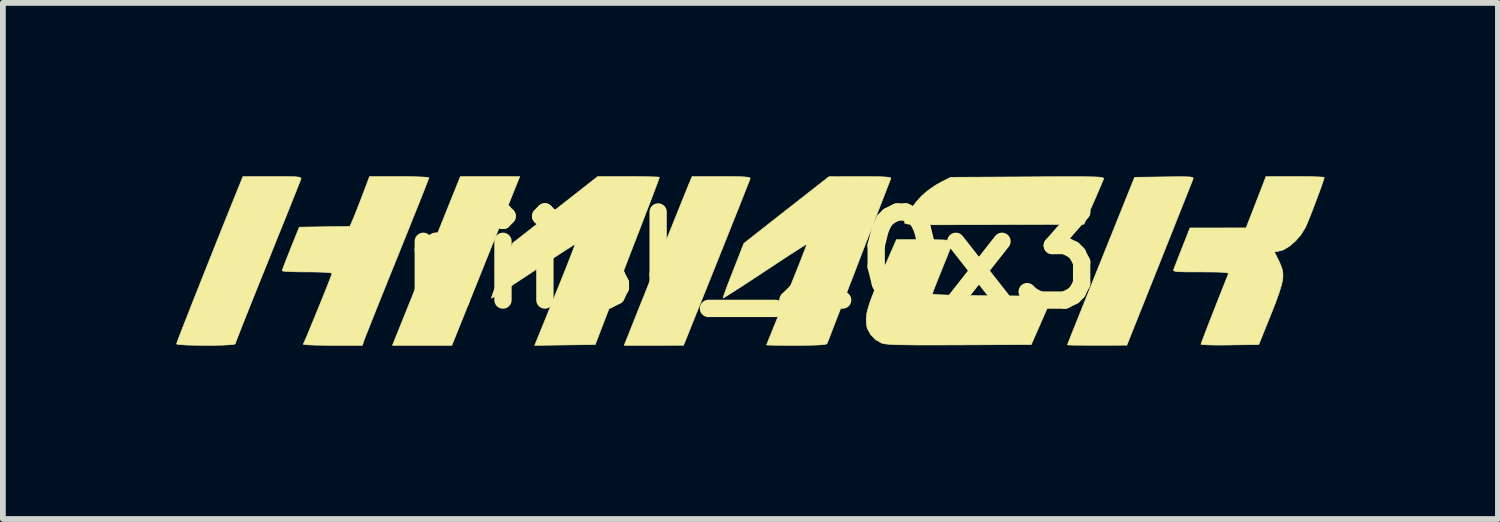
<source format=kicad_pcb>
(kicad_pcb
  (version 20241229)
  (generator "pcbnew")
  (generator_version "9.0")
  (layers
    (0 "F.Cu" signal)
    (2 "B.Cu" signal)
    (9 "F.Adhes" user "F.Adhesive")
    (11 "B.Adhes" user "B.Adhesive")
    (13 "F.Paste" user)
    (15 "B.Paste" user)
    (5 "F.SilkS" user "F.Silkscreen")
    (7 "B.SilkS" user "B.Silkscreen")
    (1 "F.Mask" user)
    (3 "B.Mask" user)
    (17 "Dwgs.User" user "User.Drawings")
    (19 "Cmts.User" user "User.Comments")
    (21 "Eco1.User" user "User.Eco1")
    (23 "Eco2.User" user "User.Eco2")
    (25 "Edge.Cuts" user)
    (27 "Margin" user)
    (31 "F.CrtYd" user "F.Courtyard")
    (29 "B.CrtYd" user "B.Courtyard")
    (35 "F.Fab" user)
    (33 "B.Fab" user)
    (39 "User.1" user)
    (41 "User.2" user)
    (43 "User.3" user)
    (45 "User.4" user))
  (footprint "niisk_20x3"
    (layer "F.Cu")
    (at 9.936 1.453)
    (property "Reference" "niisk_20x3" (at 0 0 0) (layer "F.SilkS") (effects (font (size 1.524 1.524) (thickness 0.3))))
    (attr through_hole)
    (fp_poly (pts (xy -4.579 0.013) (xy -5.166 1.473) (xy -6.194 1.473) (xy -5.606 0.013) (xy -5.019 -1.448) (xy -3.991 -1.448) (xy -4.579 0.013)) (stroke (width 0.01) (type solid)) (fill yes) (layer "F.SilkS"))
    (fp_poly (pts (xy 7.557 -1.443) (xy 7.615 -1.44) (xy 7.648 -1.433) (xy 7.662 -1.423) (xy 7.662 -1.409) (xy 7.66 -1.404) (xy 7.648 -1.373) (xy 7.619 -1.299) (xy 7.574 -1.186) (xy 7.516 -1.039) (xy 7.445 -0.861) (xy 7.364 -0.658) (xy 7.275 -0.433) (xy 7.178 -0.191) (xy 7.08 0.056) (xy 6.515 1.471) (xy 6.001 1.472) (xy 5.845 1.472) (xy 5.709 1.471) (xy 5.599 1.47) (xy 5.522 1.468) (xy 5.488 1.465) (xy 5.486 1.465) (xy 5.496 1.44) (xy 5.522 1.373) (xy 5.564 1.266) (xy 5.621 1.125) (xy 5.69 0.952) (xy 5.77 0.753) (xy 5.859 0.531) (xy 5.955 0.291) (xy 6.058 0.035) (xy 6.068 0.01) (xy 6.649 -1.435) (xy 7.163 -1.442) (xy 7.337 -1.444) (xy 7.466 -1.445) (xy 7.557 -1.443)) (stroke (width 0.01) (type solid)) (fill yes) (layer "F.SilkS"))
    (fp_poly (pts (xy -0.327 -1.447) (xy -0.196 -1.445) (xy -0.104 -1.442) (xy -0.045 -1.436) (xy -0.014 -1.428) (xy -0.004 -1.416) (xy -0.004 -1.412) (xy -0.015 -1.383) (xy -0.043 -1.311) (xy -0.087 -1.2) (xy -0.144 -1.054) (xy -0.214 -0.878) (xy -0.295 -0.676) (xy -0.384 -0.452) (xy -0.481 -0.21) (xy -0.583 0.045) (xy -0.584 0.048) (xy -1.156 1.472) (xy -1.67 1.473) (xy -2.184 1.473) (xy -2.136 1.353) (xy -2.103 1.271) (xy -2.056 1.152) (xy -1.996 1.002) (xy -1.926 0.826) (xy -1.847 0.63) (xy -1.763 0.419) (xy -1.674 0.199) (xy -1.584 -0.026) (xy -1.495 -0.248) (xy -1.408 -0.464) (xy -1.326 -0.667) (xy -1.252 -0.852) (xy -1.187 -1.014) (xy -1.133 -1.147) (xy -1.093 -1.246) (xy -1.069 -1.304) (xy -1.065 -1.314) (xy -1.009 -1.448) (xy -0.503 -1.448) (xy -0.327 -1.447)) (stroke (width 0.01) (type solid)) (fill yes) (layer "F.SilkS"))
    (fp_poly (pts (xy 5.707 -1.445) (xy 5.837 -1.444) (xy 5.937 -1.442) (xy 6.01 -1.439) (xy 6.06 -1.435) (xy 6.091 -1.429) (xy 6.107 -1.422) (xy 6.112 -1.414) (xy 6.111 -1.404) (xy 6.096 -1.366) (xy 6.064 -1.291) (xy 6.02 -1.187) (xy 5.967 -1.064) (xy 5.934 -0.99) (xy 5.772 -0.622) (xy 4.22 -0.616) (xy 3.9 -0.614) (xy 3.627 -0.614) (xy 3.398 -0.613) (xy 3.208 -0.613) (xy 3.054 -0.614) (xy 2.932 -0.616) (xy 2.839 -0.618) (xy 2.771 -0.622) (xy 2.723 -0.626) (xy 2.692 -0.632) (xy 2.676 -0.639) (xy 2.668 -0.647) (xy 2.667 -0.654) (xy 2.684 -0.717) (xy 2.729 -0.805) (xy 2.794 -0.907) (xy 2.873 -1.011) (xy 2.958 -1.106) (xy 2.97 -1.118) (xy 3.078 -1.21) (xy 3.204 -1.297) (xy 3.29 -1.346) (xy 3.467 -1.435) (xy 4.796 -1.442) (xy 5.09 -1.444) (xy 5.337 -1.445) (xy 5.541 -1.445) (xy 5.707 -1.445)) (stroke (width 0.01) (type solid)) (fill yes) (layer "F.SilkS"))
    (fp_poly (pts (xy 3.188 -0.354) (xy 3.327 -0.351) (xy 3.43 -0.345) (xy 3.49 -0.338) (xy 3.505 -0.331) (xy 3.496 -0.301) (xy 3.47 -0.232) (xy 3.431 -0.131) (xy 3.382 -0.007) (xy 3.327 0.127) (xy 3.271 0.266) (xy 3.222 0.389) (xy 3.183 0.488) (xy 3.158 0.556) (xy 3.15 0.585) (xy 3.174 0.591) (xy 3.247 0.597) (xy 3.364 0.602) (xy 3.522 0.607) (xy 3.719 0.611) (xy 3.95 0.614) (xy 4.189 0.616) (xy 5.229 0.622) (xy 5.045 1.041) (xy 4.861 1.46) (xy 3.618 1.466) (xy 3.323 1.467) (xy 3.075 1.467) (xy 2.869 1.467) (xy 2.702 1.465) (xy 2.568 1.463) (xy 2.464 1.459) (xy 2.386 1.454) (xy 2.329 1.448) (xy 2.289 1.44) (xy 2.273 1.435) (xy 2.167 1.376) (xy 2.08 1.286) (xy 2.024 1.181) (xy 2.016 1.149) (xy 2.006 1.074) (xy 2.005 0.998) (xy 2.016 0.914) (xy 2.041 0.815) (xy 2.08 0.696) (xy 2.137 0.549) (xy 2.212 0.368) (xy 2.275 0.222) (xy 2.527 -0.355) (xy 3.016 -0.355) (xy 3.188 -0.354)) (stroke (width 0.01) (type solid)) (fill yes) (layer "F.SilkS"))
    (fp_poly (pts (xy -8.101 -1.448) (xy -7.973 -1.446) (xy -7.883 -1.444) (xy -7.825 -1.439) (xy -7.792 -1.431) (xy -7.779 -1.421) (xy -7.778 -1.406) (xy -7.779 -1.403) (xy -7.791 -1.372) (xy -7.82 -1.298) (xy -7.864 -1.186) (xy -7.923 -1.039) (xy -7.993 -0.863) (xy -8.075 -0.66) (xy -8.165 -0.437) (xy -8.262 -0.196) (xy -8.353 0.032) (xy -8.455 0.284) (xy -8.551 0.522) (xy -8.639 0.742) (xy -8.718 0.94) (xy -8.786 1.111) (xy -8.841 1.252) (xy -8.882 1.358) (xy -8.908 1.424) (xy -8.915 1.448) (xy -8.94 1.457) (xy -9.013 1.464) (xy -9.13 1.47) (xy -9.29 1.473) (xy -9.423 1.473) (xy -9.598 1.472) (xy -9.74 1.469) (xy -9.847 1.463) (xy -9.912 1.456) (xy -9.931 1.449) (xy -9.922 1.422) (xy -9.896 1.352) (xy -9.855 1.244) (xy -9.8 1.103) (xy -9.733 0.934) (xy -9.658 0.741) (xy -9.574 0.529) (xy -9.484 0.303) (xy -9.39 0.067) (xy -9.294 -0.174) (xy -9.198 -0.415) (xy -9.103 -0.652) (xy -9.011 -0.88) (xy -8.925 -1.095) (xy -8.923 -1.099) (xy -8.782 -1.448) (xy -8.274 -1.448) (xy -8.101 -1.448)) (stroke (width 0.01) (type solid)) (fill yes) (layer "F.SilkS"))
    (fp_poly (pts (xy -1.95 -1.447) (xy -1.81 -1.445) (xy -1.697 -1.443) (xy -1.616 -1.44) (xy -1.577 -1.436) (xy -1.575 -1.434) (xy -1.579 -1.421) (xy -1.591 -1.386) (xy -1.612 -1.328) (xy -1.644 -1.242) (xy -1.688 -1.126) (xy -1.745 -0.977) (xy -1.817 -0.792) (xy -1.903 -0.567) (xy -2.007 -0.299) (xy -2.059 -0.165) (xy -2.137 0.038) (xy -2.225 0.265) (xy -2.314 0.497) (xy -2.399 0.718) (xy -2.474 0.911) (xy -2.485 0.94) (xy -2.685 1.46) (xy -3.733 1.474) (xy -3.71 1.417) (xy -3.695 1.38) (xy -3.663 1.302) (xy -3.617 1.189) (xy -3.559 1.047) (xy -3.492 0.881) (xy -3.417 0.697) (xy -3.356 0.546) (xy -3.279 0.356) (xy -3.209 0.181) (xy -3.148 0.026) (xy -3.098 -0.102) (xy -3.061 -0.198) (xy -3.039 -0.257) (xy -3.035 -0.274) (xy -3.057 -0.263) (xy -3.116 -0.226) (xy -3.208 -0.168) (xy -3.328 -0.09) (xy -3.47 0.002) (xy -3.629 0.108) (xy -3.757 0.193) (xy -3.926 0.305) (xy -4.082 0.407) (xy -4.219 0.496) (xy -4.332 0.569) (xy -4.417 0.622) (xy -4.468 0.652) (xy -4.481 0.658) (xy -4.475 0.632) (xy -4.453 0.567) (xy -4.416 0.469) (xy -4.369 0.346) (xy -4.313 0.204) (xy -4.302 0.175) (xy -4.113 -0.297) (xy -3.377 -0.872) (xy -2.642 -1.448) (xy -2.108 -1.448) (xy -1.95 -1.447)) (stroke (width 0.01) (type solid)) (fill yes) (layer "F.SilkS"))
    (fp_poly (pts (xy -5.922 -1.447) (xy -5.785 -1.444) (xy -5.675 -1.44) (xy -5.599 -1.435) (xy -5.564 -1.429) (xy -5.563 -1.428) (xy -5.572 -1.401) (xy -5.599 -1.332) (xy -5.641 -1.223) (xy -5.697 -1.081) (xy -5.766 -0.908) (xy -5.846 -0.71) (xy -5.934 -0.49) (xy -6.03 -0.252) (xy -6.111 -0.05) (xy -6.213 0.201) (xy -6.309 0.44) (xy -6.398 0.662) (xy -6.479 0.863) (xy -6.549 1.039) (xy -6.606 1.184) (xy -6.65 1.294) (xy -6.678 1.365) (xy -6.687 1.391) (xy -6.714 1.473) (xy -7.232 1.473) (xy -7.387 1.472) (xy -7.522 1.47) (xy -7.631 1.466) (xy -7.705 1.461) (xy -7.737 1.455) (xy -7.738 1.454) (xy -7.723 1.421) (xy -7.692 1.35) (xy -7.649 1.249) (xy -7.598 1.124) (xy -7.54 0.984) (xy -7.48 0.837) (xy -7.42 0.69) (xy -7.364 0.551) (xy -7.315 0.428) (xy -7.276 0.328) (xy -7.249 0.259) (xy -7.239 0.228) (xy -7.239 0.228) (xy -7.264 0.219) (xy -7.334 0.211) (xy -7.446 0.206) (xy -7.594 0.203) (xy -7.671 0.203) (xy -7.812 0.202) (xy -7.935 0.199) (xy -8.029 0.194) (xy -8.087 0.188) (xy -8.103 0.183) (xy -8.094 0.154) (xy -8.069 0.086) (xy -8.031 -0.012) (xy -7.984 -0.131) (xy -7.955 -0.204) (xy -7.807 -0.572) (xy -6.931 -0.585) (xy -6.873 -0.718) (xy -6.841 -0.796) (xy -6.798 -0.905) (xy -6.748 -1.032) (xy -6.704 -1.149) (xy -6.591 -1.448) (xy -6.077 -1.448) (xy -5.922 -1.447)) (stroke (width 0.01) (type solid)) (fill yes) (layer "F.SilkS"))
    (fp_poly (pts (xy 9.581 -1.447) (xy 9.716 -1.445) (xy 9.824 -1.442) (xy 9.898 -1.438) (xy 9.931 -1.434) (xy 9.931 -1.433) (xy 9.923 -1.399) (xy 9.899 -1.328) (xy 9.864 -1.228) (xy 9.82 -1.111) (xy 9.773 -0.984) (xy 9.725 -0.858) (xy 9.68 -0.743) (xy 9.641 -0.648) (xy 9.613 -0.582) (xy 9.608 -0.572) (xy 9.531 -0.445) (xy 9.434 -0.332) (xy 9.327 -0.24) (xy 9.22 -0.177) (xy 9.123 -0.152) (xy 9.117 -0.152) (xy 9.079 -0.145) (xy 9.073 -0.133) (xy 9.137 -0.006) (xy 9.18 0.089) (xy 9.205 0.162) (xy 9.216 0.224) (xy 9.216 0.287) (xy 9.213 0.327) (xy 9.194 0.421) (xy 9.151 0.56) (xy 9.086 0.742) (xy 8.998 0.965) (xy 8.798 1.46) (xy 8.298 1.467) (xy 8.145 1.469) (xy 8.011 1.468) (xy 7.903 1.465) (xy 7.83 1.461) (xy 7.798 1.455) (xy 7.798 1.454) (xy 7.807 1.427) (xy 7.832 1.36) (xy 7.87 1.26) (xy 7.918 1.134) (xy 7.975 0.989) (xy 8.036 0.833) (xy 8.099 0.672) (xy 8.162 0.513) (xy 8.221 0.365) (xy 8.273 0.235) (xy 8.267 0.224) (xy 8.234 0.215) (xy 8.17 0.209) (xy 8.069 0.205) (xy 7.926 0.204) (xy 7.798 0.203) (xy 7.629 0.203) (xy 7.505 0.202) (xy 7.418 0.199) (xy 7.364 0.194) (xy 7.334 0.186) (xy 7.324 0.175) (xy 7.326 0.16) (xy 7.326 0.159) (xy 7.341 0.12) (xy 7.371 0.044) (xy 7.411 -0.06) (xy 7.459 -0.181) (xy 7.475 -0.222) (xy 7.607 -0.558) (xy 8.578 -0.559) (xy 8.751 -1.003) (xy 8.923 -1.448) (xy 9.427 -1.448) (xy 9.581 -1.447)) (stroke (width 0.01) (type solid)) (fill yes) (layer "F.SilkS"))
    (fp_poly (pts (xy 2.087 -1.446) (xy 2.228 -1.445) (xy 2.327 -1.441) (xy 2.391 -1.435) (xy 2.424 -1.427) (xy 2.431 -1.417) (xy 2.431 -1.416) (xy 2.42 -1.387) (xy 2.392 -1.315) (xy 2.349 -1.204) (xy 2.293 -1.059) (xy 2.225 -0.883) (xy 2.147 -0.681) (xy 2.061 -0.457) (xy 1.967 -0.216) (xy 1.879 0.013) (xy 1.782 0.266) (xy 1.689 0.506) (xy 1.604 0.728) (xy 1.527 0.927) (xy 1.46 1.1) (xy 1.405 1.243) (xy 1.364 1.35) (xy 1.337 1.418) (xy 1.328 1.441) (xy 1.31 1.453) (xy 1.264 1.461) (xy 1.184 1.467) (xy 1.066 1.471) (xy 0.905 1.473) (xy 0.797 1.473) (xy 0.641 1.473) (xy 0.504 1.472) (xy 0.393 1.471) (xy 0.317 1.469) (xy 0.281 1.467) (xy 0.28 1.467) (xy 0.289 1.443) (xy 0.315 1.377) (xy 0.357 1.274) (xy 0.411 1.141) (xy 0.476 0.981) (xy 0.549 0.8) (xy 0.629 0.604) (xy 0.632 0.597) (xy 0.712 0.4) (xy 0.785 0.219) (xy 0.849 0.058) (xy 0.902 -0.078) (xy 0.942 -0.182) (xy 0.968 -0.25) (xy 0.976 -0.276) (xy 0.976 -0.276) (xy 0.953 -0.265) (xy 0.894 -0.229) (xy 0.802 -0.171) (xy 0.682 -0.094) (xy 0.54 -0.001) (xy 0.381 0.104) (xy 0.252 0.189) (xy 0.083 0.301) (xy -0.073 0.403) (xy -0.21 0.492) (xy -0.323 0.564) (xy -0.408 0.618) (xy -0.459 0.648) (xy -0.472 0.654) (xy -0.466 0.629) (xy -0.443 0.564) (xy -0.408 0.466) (xy -0.361 0.343) (xy -0.306 0.202) (xy -0.296 0.177) (xy -0.112 -0.292) (xy 0.623 -0.869) (xy 1.359 -1.445) (xy 1.901 -1.447) (xy 2.087 -1.446)) (stroke (width 0.01) (type solid)) (fill yes) (layer "F.SilkS")))
  (gr_rect
    (start -3 -3)
    (end 22.873 5.932)
    (stroke (width 0.1) (type default))
    (fill no)
    (layer "Edge.Cuts")))
</source>
